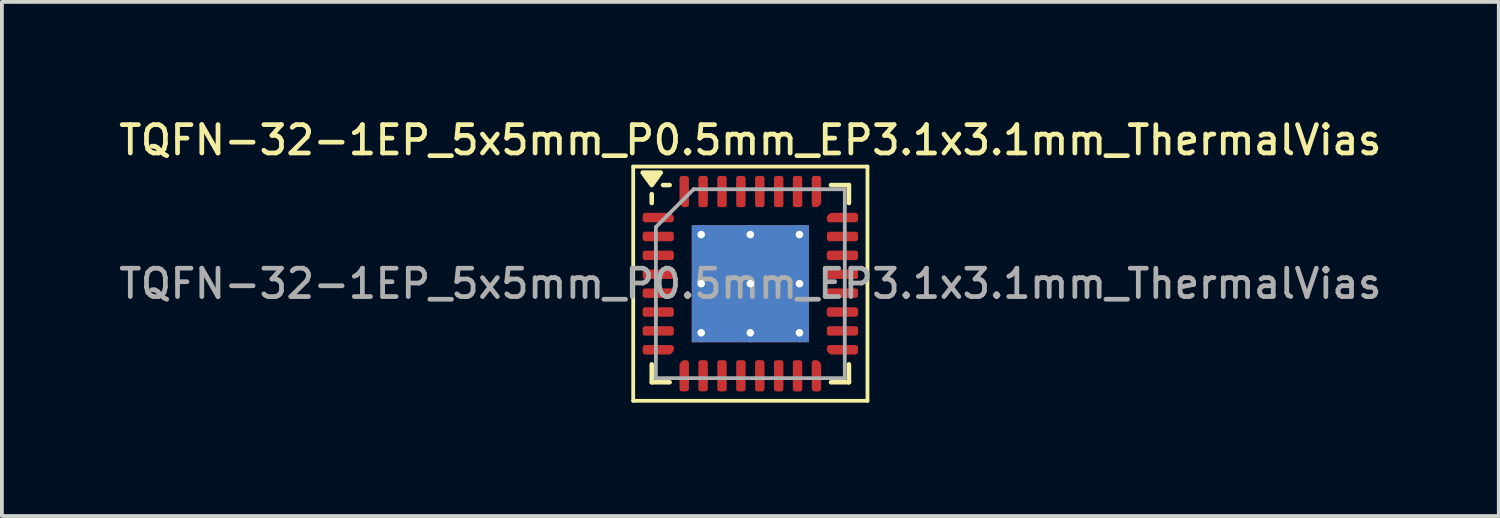
<source format=kicad_pcb>
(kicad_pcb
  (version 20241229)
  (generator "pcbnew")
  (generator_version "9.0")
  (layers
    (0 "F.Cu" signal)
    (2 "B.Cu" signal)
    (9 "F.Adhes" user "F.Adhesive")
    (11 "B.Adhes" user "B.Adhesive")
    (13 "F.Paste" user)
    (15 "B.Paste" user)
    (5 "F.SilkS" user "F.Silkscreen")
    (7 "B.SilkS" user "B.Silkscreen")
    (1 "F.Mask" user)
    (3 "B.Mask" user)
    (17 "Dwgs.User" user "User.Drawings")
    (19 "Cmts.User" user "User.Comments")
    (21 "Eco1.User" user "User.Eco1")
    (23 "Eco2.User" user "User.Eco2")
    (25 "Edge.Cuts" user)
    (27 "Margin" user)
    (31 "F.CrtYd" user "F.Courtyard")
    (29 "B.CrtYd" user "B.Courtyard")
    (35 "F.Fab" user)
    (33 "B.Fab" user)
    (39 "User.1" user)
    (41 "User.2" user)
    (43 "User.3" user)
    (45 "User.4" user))
  (footprint "TQFN-32-1EP_5x5mm_P0.5mm_EP3.1x3.1mm_ThermalVias"
    (layer "F.Cu")
    (at 16.809 4.458)
    (property "Reference" "TQFN-32-1EP_5x5mm_P0.5mm_EP3.1x3.1mm_ThermalVias" (at 0 -3.8 0) (layer "F.SilkS") (effects (font (size 0.75 0.75) (thickness 0.125))))
    (attr smd)
    (fp_line (start -3.1 -3.1) (end -3.1 3.1) (stroke (width 0.1) (type solid)) (layer "F.SilkS"))
    (fp_line (start -3.1 3.1) (end 3.1 3.1) (stroke (width 0.1) (type solid)) (layer "F.SilkS"))
    (fp_line (start -2.61 -2.135) (end -2.61 -2.37) (stroke (width 0.12) (type solid)) (layer "F.SilkS"))
    (fp_line (start -2.61 2.61) (end -2.61 2.135) (stroke (width 0.12) (type solid)) (layer "F.SilkS"))
    (fp_line (start -2.135 -2.61) (end -2.31 -2.61) (stroke (width 0.12) (type solid)) (layer "F.SilkS"))
    (fp_line (start -2.135 2.61) (end -2.61 2.61) (stroke (width 0.12) (type solid)) (layer "F.SilkS"))
    (fp_line (start 2.135 -2.61) (end 2.61 -2.61) (stroke (width 0.12) (type solid)) (layer "F.SilkS"))
    (fp_line (start 2.135 2.61) (end 2.61 2.61) (stroke (width 0.12) (type solid)) (layer "F.SilkS"))
    (fp_line (start 2.61 -2.61) (end 2.61 -2.135) (stroke (width 0.12) (type solid)) (layer "F.SilkS"))
    (fp_line (start 2.61 2.61) (end 2.61 2.135) (stroke (width 0.12) (type solid)) (layer "F.SilkS"))
    (fp_line (start 3.1 -3.1) (end -3.1 -3.1) (stroke (width 0.1) (type solid)) (layer "F.SilkS"))
    (fp_line (start 3.1 3.1) (end 3.1 -3.1) (stroke (width 0.1) (type solid)) (layer "F.SilkS"))
    (fp_poly (pts (xy -2.61 -2.61) (xy -2.85 -2.94) (xy -2.37 -2.94) (xy -2.61 -2.61)) (stroke (width 0.12) (type solid)) (fill yes) (layer "F.SilkS"))
    (fp_line (start -2.5 -1.5) (end -1.5 -2.5) (stroke (width 0.1) (type solid)) (layer "F.Fab"))
    (fp_line (start -2.5 2.5) (end -2.5 -1.5) (stroke (width 0.1) (type solid)) (layer "F.Fab"))
    (fp_line (start -1.5 -2.5) (end 2.5 -2.5) (stroke (width 0.1) (type solid)) (layer "F.Fab"))
    (fp_line (start 2.5 -2.5) (end 2.5 2.5) (stroke (width 0.1) (type solid)) (layer "F.Fab"))
    (fp_line (start 2.5 2.5) (end -2.5 2.5) (stroke (width 0.1) (type solid)) (layer "F.Fab"))
    (fp_text user "${REFERENCE}" (at 0 0 0) (layer "F.Fab") (effects (font (size 0.75 0.75) (thickness 0.125))))
    (pad "" smd roundrect (at -0.775 -0.775) (size 1.34 1.34) (layers "F.Paste") (roundrect_rratio 0.187))
    (pad "" smd roundrect (at -0.775 0.775) (size 1.34 1.34) (layers "F.Paste") (roundrect_rratio 0.187))
    (pad "" smd roundrect (at 0.775 -0.775) (size 1.34 1.34) (layers "F.Paste") (roundrect_rratio 0.187))
    (pad "" smd roundrect (at 0.775 0.775) (size 1.34 1.34) (layers "F.Paste") (roundrect_rratio 0.187))
    (pad "1" smd custom (at -2.438 -1.75) (size 0.186 0.186) (layers "F.Cu" "F.Mask" "F.Paste") (options (anchor circle)) (primitives (gr_poly (pts (xy -0.35 -0.062) (xy 0.297 -0.062) (xy 0.35 -0.009) (xy 0.35 0.062) (xy -0.35 0.062)) (width 0.125) (fill yes))))
    (pad "2" smd roundrect (at -2.438 -1.25) (size 0.825 0.25) (layers "F.Cu" "F.Mask" "F.Paste") (roundrect_rratio 0.25))
    (pad "3" smd roundrect (at -2.438 -0.75) (size 0.825 0.25) (layers "F.Cu" "F.Mask" "F.Paste") (roundrect_rratio 0.25))
    (pad "4" smd roundrect (at -2.438 -0.25) (size 0.825 0.25) (layers "F.Cu" "F.Mask" "F.Paste") (roundrect_rratio 0.25))
    (pad "5" smd roundrect (at -2.438 0.25) (size 0.825 0.25) (layers "F.Cu" "F.Mask" "F.Paste") (roundrect_rratio 0.25))
    (pad "6" smd roundrect (at -2.438 0.75) (size 0.825 0.25) (layers "F.Cu" "F.Mask" "F.Paste") (roundrect_rratio 0.25))
    (pad "7" smd roundrect (at -2.438 1.25) (size 0.825 0.25) (layers "F.Cu" "F.Mask" "F.Paste") (roundrect_rratio 0.25))
    (pad "8" smd custom (at -2.438 1.75) (size 0.186 0.186) (layers "F.Cu" "F.Mask" "F.Paste") (options (anchor circle)) (primitives (gr_poly (pts (xy -0.35 -0.062) (xy 0.35 -0.062) (xy 0.35 0.009) (xy 0.297 0.062) (xy -0.35 0.062)) (width 0.125) (fill yes))))
    (pad "9" smd custom (at -1.75 2.438) (size 0.186 0.186) (layers "F.Cu" "F.Mask" "F.Paste") (options (anchor circle)) (primitives (gr_poly (pts (xy -0.062 -0.297) (xy -0.009 -0.35) (xy 0.062 -0.35) (xy 0.062 0.35) (xy -0.062 0.35)) (width 0.125) (fill yes))))
    (pad "10" smd roundrect (at -1.25 2.438) (size 0.25 0.825) (layers "F.Cu" "F.Mask" "F.Paste") (roundrect_rratio 0.25))
    (pad "11" smd roundrect (at -0.75 2.438) (size 0.25 0.825) (layers "F.Cu" "F.Mask" "F.Paste") (roundrect_rratio 0.25))
    (pad "12" smd roundrect (at -0.25 2.438) (size 0.25 0.825) (layers "F.Cu" "F.Mask" "F.Paste") (roundrect_rratio 0.25))
    (pad "13" smd roundrect (at 0.25 2.438) (size 0.25 0.825) (layers "F.Cu" "F.Mask" "F.Paste") (roundrect_rratio 0.25))
    (pad "14" smd roundrect (at 0.75 2.438) (size 0.25 0.825) (layers "F.Cu" "F.Mask" "F.Paste") (roundrect_rratio 0.25))
    (pad "15" smd roundrect (at 1.25 2.438) (size 0.25 0.825) (layers "F.Cu" "F.Mask" "F.Paste") (roundrect_rratio 0.25))
    (pad "16" smd custom (at 1.75 2.438) (size 0.186 0.186) (layers "F.Cu" "F.Mask" "F.Paste") (options (anchor circle)) (primitives (gr_poly (pts (xy -0.062 -0.35) (xy 0.009 -0.35) (xy 0.062 -0.297) (xy 0.062 0.35) (xy -0.062 0.35)) (width 0.125) (fill yes))))
    (pad "17" smd custom (at 2.438 1.75) (size 0.186 0.186) (layers "F.Cu" "F.Mask" "F.Paste") (options (anchor circle)) (primitives (gr_poly (pts (xy -0.35 -0.062) (xy 0.35 -0.062) (xy 0.35 0.062) (xy -0.297 0.062) (xy -0.35 0.009)) (width 0.125) (fill yes))))
    (pad "18" smd roundrect (at 2.438 1.25) (size 0.825 0.25) (layers "F.Cu" "F.Mask" "F.Paste") (roundrect_rratio 0.25))
    (pad "19" smd roundrect (at 2.438 0.75) (size 0.825 0.25) (layers "F.Cu" "F.Mask" "F.Paste") (roundrect_rratio 0.25))
    (pad "20" smd roundrect (at 2.438 0.25) (size 0.825 0.25) (layers "F.Cu" "F.Mask" "F.Paste") (roundrect_rratio 0.25))
    (pad "21" smd roundrect (at 2.438 -0.25) (size 0.825 0.25) (layers "F.Cu" "F.Mask" "F.Paste") (roundrect_rratio 0.25))
    (pad "22" smd roundrect (at 2.438 -0.75) (size 0.825 0.25) (layers "F.Cu" "F.Mask" "F.Paste") (roundrect_rratio 0.25))
    (pad "23" smd roundrect (at 2.438 -1.25) (size 0.825 0.25) (layers "F.Cu" "F.Mask" "F.Paste") (roundrect_rratio 0.25))
    (pad "24" smd custom (at 2.438 -1.75) (size 0.186 0.186) (layers "F.Cu" "F.Mask" "F.Paste") (options (anchor circle)) (primitives (gr_poly (pts (xy -0.35 -0.009) (xy -0.297 -0.062) (xy 0.35 -0.062) (xy 0.35 0.062) (xy -0.35 0.062)) (width 0.125) (fill yes))))
    (pad "25" smd custom (at 1.75 -2.438) (size 0.186 0.186) (layers "F.Cu" "F.Mask" "F.Paste") (options (anchor circle)) (primitives (gr_poly (pts (xy -0.062 -0.35) (xy 0.062 -0.35) (xy 0.062 0.297) (xy 0.009 0.35) (xy -0.062 0.35)) (width 0.125) (fill yes))))
    (pad "26" smd roundrect (at 1.25 -2.438) (size 0.25 0.825) (layers "F.Cu" "F.Mask" "F.Paste") (roundrect_rratio 0.25))
    (pad "27" smd roundrect (at 0.75 -2.438) (size 0.25 0.825) (layers "F.Cu" "F.Mask" "F.Paste") (roundrect_rratio 0.25))
    (pad "28" smd roundrect (at 0.25 -2.438) (size 0.25 0.825) (layers "F.Cu" "F.Mask" "F.Paste") (roundrect_rratio 0.25))
    (pad "29" smd roundrect (at -0.25 -2.438) (size 0.25 0.825) (layers "F.Cu" "F.Mask" "F.Paste") (roundrect_rratio 0.25))
    (pad "30" smd roundrect (at -0.75 -2.438) (size 0.25 0.825) (layers "F.Cu" "F.Mask" "F.Paste") (roundrect_rratio 0.25))
    (pad "31" smd roundrect (at -1.25 -2.438) (size 0.25 0.825) (layers "F.Cu" "F.Mask" "F.Paste") (roundrect_rratio 0.25))
    (pad "32" smd custom (at -1.75 -2.438) (size 0.186 0.186) (layers "F.Cu" "F.Mask" "F.Paste") (options (anchor circle)) (primitives (gr_poly (pts (xy -0.062 -0.35) (xy 0.062 -0.35) (xy 0.062 0.35) (xy -0.009 0.35) (xy -0.062 0.297)) (width 0.125) (fill yes))))
    (pad "33" thru_hole circle (at -1.3 -1.3) (size 0.5 0.5) (drill 0.2) (property pad_prop_heatsink) (layers "*.Cu"))
    (pad "33" thru_hole circle (at -1.3 0) (size 0.5 0.5) (drill 0.2) (property pad_prop_heatsink) (layers "*.Cu"))
    (pad "33" thru_hole circle (at -1.3 1.3) (size 0.5 0.5) (drill 0.2) (property pad_prop_heatsink) (layers "*.Cu"))
    (pad "33" thru_hole circle (at 0 -1.3) (size 0.5 0.5) (drill 0.2) (property pad_prop_heatsink) (layers "*.Cu"))
    (pad "33" thru_hole circle (at 0 0) (size 0.5 0.5) (drill 0.2) (property pad_prop_heatsink) (layers "*.Cu"))
    (pad "33" smd rect (at 0 0) (size 3.1 3.1) (property pad_prop_heatsink) (layers "F.Cu" "F.Mask"))
    (pad "33" smd rect (at 0 0) (size 3.1 3.1) (property pad_prop_heatsink) (layers "B.Cu"))
    (pad "33" thru_hole circle (at 0 1.3) (size 0.5 0.5) (drill 0.2) (property pad_prop_heatsink) (layers "*.Cu"))
    (pad "33" thru_hole circle (at 1.3 -1.3) (size 0.5 0.5) (drill 0.2) (property pad_prop_heatsink) (layers "*.Cu"))
    (pad "33" thru_hole circle (at 1.3 0) (size 0.5 0.5) (drill 0.2) (property pad_prop_heatsink) (layers "*.Cu"))
    (pad "33" thru_hole circle (at 1.3 1.3) (size 0.5 0.5) (drill 0.2) (property pad_prop_heatsink) (layers "*.Cu")))
  (gr_rect
    (start -3 -3)
    (end 36.618 10.608)
    (stroke (width 0.1) (type default))
    (fill no)
    (layer "Edge.Cuts")))
</source>
